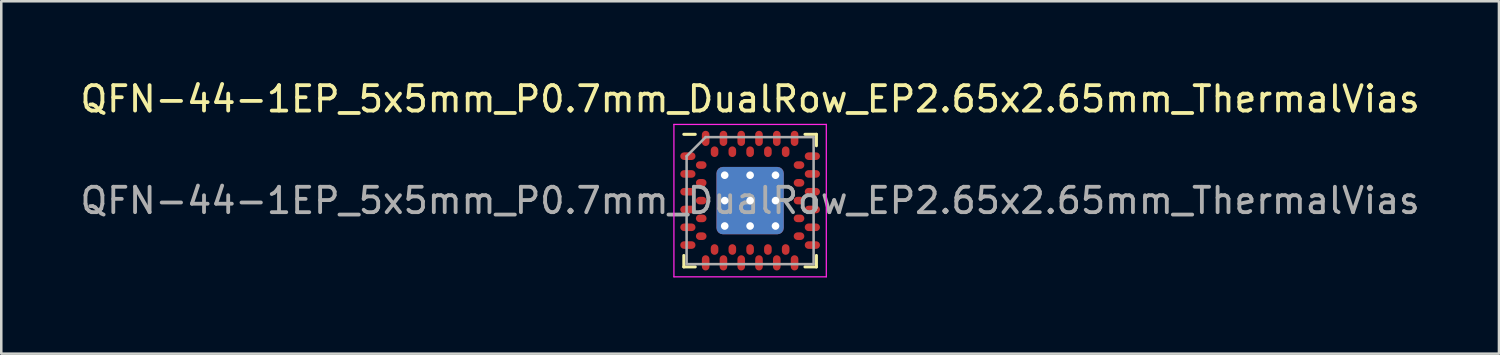
<source format=kicad_pcb>
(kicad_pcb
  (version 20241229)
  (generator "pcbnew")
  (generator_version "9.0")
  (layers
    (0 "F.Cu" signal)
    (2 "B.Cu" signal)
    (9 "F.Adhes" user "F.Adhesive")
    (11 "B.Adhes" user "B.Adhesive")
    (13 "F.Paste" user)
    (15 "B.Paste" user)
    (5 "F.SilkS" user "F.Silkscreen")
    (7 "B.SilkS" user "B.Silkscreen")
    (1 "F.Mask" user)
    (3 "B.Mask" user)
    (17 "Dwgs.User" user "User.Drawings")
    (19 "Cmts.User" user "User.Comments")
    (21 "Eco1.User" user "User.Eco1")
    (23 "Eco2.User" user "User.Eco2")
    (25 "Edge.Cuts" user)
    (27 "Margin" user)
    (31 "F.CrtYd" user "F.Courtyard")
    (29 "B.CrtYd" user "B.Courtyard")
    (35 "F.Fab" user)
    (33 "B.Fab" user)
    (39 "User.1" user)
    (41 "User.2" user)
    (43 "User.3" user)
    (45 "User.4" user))
  (footprint "QFN-44-1EP_5x5mm_P0.7mm_DualRow_EP2.65x2.65mm_ThermalVias"
    (layer "F.Cu")
    (at 26.482 4.848)
    (property "Reference" "QFN-44-1EP_5x5mm_P0.7mm_DualRow_EP2.65x2.65mm_ThermalVias" (at 0 -4 0) (layer "F.SilkS") (effects (font (size 1 1) (thickness 0.15))))
    (attr smd)
    (fp_line (start -2.61 2.61) (end -2.61 2.16) (stroke (width 0.12) (type solid)) (layer "F.SilkS"))
    (fp_line (start -2.16 -2.61) (end -2.61 -2.61) (stroke (width 0.12) (type solid)) (layer "F.SilkS"))
    (fp_line (start -2.16 2.61) (end -2.61 2.61) (stroke (width 0.12) (type solid)) (layer "F.SilkS"))
    (fp_line (start 2.16 -2.61) (end 2.61 -2.61) (stroke (width 0.12) (type solid)) (layer "F.SilkS"))
    (fp_line (start 2.61 -2.61) (end 2.61 -2.16) (stroke (width 0.12) (type solid)) (layer "F.SilkS"))
    (fp_line (start 2.61 2.16) (end 2.61 2.61) (stroke (width 0.12) (type solid)) (layer "F.SilkS"))
    (fp_line (start 2.61 2.61) (end 2.16 2.61) (stroke (width 0.12) (type solid)) (layer "F.SilkS"))
    (fp_line (start -3 -3) (end 3 -3) (stroke (width 0.05) (type solid)) (layer "F.CrtYd"))
    (fp_line (start -3 3) (end -3 -3) (stroke (width 0.05) (type solid)) (layer "F.CrtYd"))
    (fp_line (start 3 -3) (end 3 3) (stroke (width 0.05) (type solid)) (layer "F.CrtYd"))
    (fp_line (start 3 3) (end -3 3) (stroke (width 0.05) (type solid)) (layer "F.CrtYd"))
    (fp_line (start -2.5 -1.75) (end -1.75 -2.5) (stroke (width 0.1) (type solid)) (layer "F.Fab"))
    (fp_line (start -2.5 2.5) (end -2.5 -1.75) (stroke (width 0.1) (type solid)) (layer "F.Fab"))
    (fp_line (start -1.75 -2.5) (end 2.5 -2.5) (stroke (width 0.1) (type solid)) (layer "F.Fab"))
    (fp_line (start 2.5 -2.5) (end 2.5 2.5) (stroke (width 0.1) (type solid)) (layer "F.Fab"))
    (fp_line (start 2.5 2.5) (end -2.5 2.5) (stroke (width 0.1) (type solid)) (layer "F.Fab"))
    (fp_text user "${REFERENCE}" (at 0 0 0) (layer "F.Fab") (effects (font (size 1 1) (thickness 0.15))))
    (pad "" smd roundrect (at -0.5 -0.5) (size 0.85 0.85) (layers "F.Paste") (roundrect_rratio 0.25))
    (pad "" smd roundrect (at -0.5 0.5) (size 0.85 0.85) (layers "F.Paste") (roundrect_rratio 0.25))
    (pad "" smd roundrect (at 0.5 -0.5) (size 0.85 0.85) (layers "F.Paste") (roundrect_rratio 0.25))
    (pad "" smd roundrect (at 0.5 0.5) (size 0.85 0.85) (layers "F.Paste") (roundrect_rratio 0.25))
    (pad "A1" smd roundrect (at -2.45 -1.75) (size 0.6 0.3) (layers "F.Cu" "F.Mask" "F.Paste") (roundrect_rratio 0.5))
    (pad "A2" smd roundrect (at -2.45 -1.05) (size 0.6 0.3) (layers "F.Cu" "F.Mask" "F.Paste") (roundrect_rratio 0.5))
    (pad "A3" smd roundrect (at -2.45 -0.35) (size 0.6 0.3) (layers "F.Cu" "F.Mask" "F.Paste") (roundrect_rratio 0.5))
    (pad "A4" smd roundrect (at -2.45 0.35) (size 0.6 0.3) (layers "F.Cu" "F.Mask" "F.Paste") (roundrect_rratio 0.5))
    (pad "A5" smd roundrect (at -2.45 1.05) (size 0.6 0.3) (layers "F.Cu" "F.Mask" "F.Paste") (roundrect_rratio 0.5))
    (pad "A6" smd roundrect (at -2.45 1.75) (size 0.6 0.3) (layers "F.Cu" "F.Mask" "F.Paste") (roundrect_rratio 0.5))
    (pad "A7" smd roundrect (at -1.75 2.45) (size 0.3 0.6) (layers "F.Cu" "F.Mask" "F.Paste") (roundrect_rratio 0.5))
    (pad "A8" smd roundrect (at -1.05 2.45) (size 0.3 0.6) (layers "F.Cu" "F.Mask" "F.Paste") (roundrect_rratio 0.5))
    (pad "A9" smd roundrect (at -0.35 2.45) (size 0.3 0.6) (layers "F.Cu" "F.Mask" "F.Paste") (roundrect_rratio 0.5))
    (pad "A10" smd roundrect (at 0.35 2.45) (size 0.3 0.6) (layers "F.Cu" "F.Mask" "F.Paste") (roundrect_rratio 0.5))
    (pad "A11" smd roundrect (at 1.05 2.45) (size 0.3 0.6) (layers "F.Cu" "F.Mask" "F.Paste") (roundrect_rratio 0.5))
    (pad "A12" smd roundrect (at 1.75 2.45) (size 0.3 0.6) (layers "F.Cu" "F.Mask" "F.Paste") (roundrect_rratio 0.5))
    (pad "A13" smd roundrect (at 2.45 1.75) (size 0.6 0.3) (layers "F.Cu" "F.Mask" "F.Paste") (roundrect_rratio 0.5))
    (pad "A14" smd roundrect (at 2.45 1.05) (size 0.6 0.3) (layers "F.Cu" "F.Mask" "F.Paste") (roundrect_rratio 0.5))
    (pad "A15" smd roundrect (at 2.45 0.35) (size 0.6 0.3) (layers "F.Cu" "F.Mask" "F.Paste") (roundrect_rratio 0.5))
    (pad "A16" smd roundrect (at 2.45 -0.35) (size 0.6 0.3) (layers "F.Cu" "F.Mask" "F.Paste") (roundrect_rratio 0.5))
    (pad "A17" smd roundrect (at 2.45 -1.05) (size 0.6 0.3) (layers "F.Cu" "F.Mask" "F.Paste") (roundrect_rratio 0.5))
    (pad "A18" smd roundrect (at 2.45 -1.75) (size 0.6 0.3) (layers "F.Cu" "F.Mask" "F.Paste") (roundrect_rratio 0.5))
    (pad "A19" smd roundrect (at 1.75 -2.45) (size 0.3 0.6) (layers "F.Cu" "F.Mask" "F.Paste") (roundrect_rratio 0.5))
    (pad "A20" smd roundrect (at 1.05 -2.45) (size 0.3 0.6) (layers "F.Cu" "F.Mask" "F.Paste") (roundrect_rratio 0.5))
    (pad "A21" smd roundrect (at 0.35 -2.45) (size 0.3 0.6) (layers "F.Cu" "F.Mask" "F.Paste") (roundrect_rratio 0.5))
    (pad "A22" smd roundrect (at -0.35 -2.45) (size 0.3 0.6) (layers "F.Cu" "F.Mask" "F.Paste") (roundrect_rratio 0.5))
    (pad "A23" smd roundrect (at -1.05 -2.45) (size 0.3 0.6) (layers "F.Cu" "F.Mask" "F.Paste") (roundrect_rratio 0.5))
    (pad "A24" smd roundrect (at -1.75 -2.45) (size 0.3 0.6) (layers "F.Cu" "F.Mask" "F.Paste") (roundrect_rratio 0.5))
    (pad "B1" smd roundrect (at -1.925 -1.4) (size 0.42 0.3) (layers "F.Cu" "F.Mask" "F.Paste") (roundrect_rratio 0.5))
    (pad "B2" smd roundrect (at -1.925 -0.7) (size 0.42 0.3) (layers "F.Cu" "F.Mask" "F.Paste") (roundrect_rratio 0.5))
    (pad "B3" smd roundrect (at -1.925 0) (size 0.42 0.3) (layers "F.Cu" "F.Mask" "F.Paste") (roundrect_rratio 0.5))
    (pad "B4" smd roundrect (at -1.925 0.7) (size 0.42 0.3) (layers "F.Cu" "F.Mask" "F.Paste") (roundrect_rratio 0.5))
    (pad "B5" smd roundrect (at -1.925 1.4) (size 0.42 0.3) (layers "F.Cu" "F.Mask" "F.Paste") (roundrect_rratio 0.5))
    (pad "B6" smd roundrect (at -1.4 1.925) (size 0.3 0.42) (layers "F.Cu" "F.Mask" "F.Paste") (roundrect_rratio 0.5))
    (pad "B7" smd roundrect (at -0.7 1.925) (size 0.3 0.42) (layers "F.Cu" "F.Mask" "F.Paste") (roundrect_rratio 0.5))
    (pad "B8" smd roundrect (at 0 1.925) (size 0.3 0.42) (layers "F.Cu" "F.Mask" "F.Paste") (roundrect_rratio 0.5))
    (pad "B9" smd roundrect (at 0.7 1.925) (size 0.3 0.42) (layers "F.Cu" "F.Mask" "F.Paste") (roundrect_rratio 0.5))
    (pad "B10" smd roundrect (at 1.4 1.925) (size 0.3 0.42) (layers "F.Cu" "F.Mask" "F.Paste") (roundrect_rratio 0.5))
    (pad "B11" smd roundrect (at 1.925 1.4) (size 0.42 0.3) (layers "F.Cu" "F.Mask" "F.Paste") (roundrect_rratio 0.5))
    (pad "B12" smd roundrect (at 1.925 0.7) (size 0.42 0.3) (layers "F.Cu" "F.Mask" "F.Paste") (roundrect_rratio 0.5))
    (pad "B13" smd roundrect (at 1.925 0) (size 0.42 0.3) (layers "F.Cu" "F.Mask" "F.Paste") (roundrect_rratio 0.5))
    (pad "B14" smd roundrect (at 1.925 -0.7) (size 0.42 0.3) (layers "F.Cu" "F.Mask" "F.Paste") (roundrect_rratio 0.5))
    (pad "B15" smd roundrect (at 1.925 -1.4) (size 0.42 0.3) (layers "F.Cu" "F.Mask" "F.Paste") (roundrect_rratio 0.5))
    (pad "B16" smd roundrect (at 1.4 -1.925) (size 0.3 0.42) (layers "F.Cu" "F.Mask" "F.Paste") (roundrect_rratio 0.5))
    (pad "B17" smd roundrect (at 0.7 -1.925) (size 0.3 0.42) (layers "F.Cu" "F.Mask" "F.Paste") (roundrect_rratio 0.5))
    (pad "B18" smd roundrect (at 0 -1.925) (size 0.3 0.42) (layers "F.Cu" "F.Mask" "F.Paste") (roundrect_rratio 0.5))
    (pad "B19" smd roundrect (at -0.7 -1.925) (size 0.3 0.42) (layers "F.Cu" "F.Mask" "F.Paste") (roundrect_rratio 0.5))
    (pad "B20" smd roundrect (at -1.4 -1.925) (size 0.3 0.42) (layers "F.Cu" "F.Mask" "F.Paste") (roundrect_rratio 0.5))
    (pad "EP" thru_hole circle (at -1 -1) (size 0.6 0.6) (drill 0.3) (layers "*.Cu"))
    (pad "EP" thru_hole circle (at -1 0) (size 0.6 0.6) (drill 0.3) (layers "*.Cu"))
    (pad "EP" thru_hole circle (at -1 1) (size 0.6 0.6) (drill 0.3) (layers "*.Cu"))
    (pad "EP" thru_hole circle (at 0 -1) (size 0.6 0.6) (drill 0.3) (layers "*.Cu"))
    (pad "EP" thru_hole circle (at 0 0) (size 0.6 0.6) (drill 0.3) (layers "*.Cu"))
    (pad "EP" smd roundrect (at 0 0) (size 2.65 2.65) (layers "F.Cu" "F.Mask") (roundrect_rratio 0.094))
    (pad "EP" smd roundrect (at 0 0) (size 2.65 2.65) (layers "B.Cu") (roundrect_rratio 0.094))
    (pad "EP" thru_hole circle (at 0 1) (size 0.6 0.6) (drill 0.3) (layers "*.Cu"))
    (pad "EP" thru_hole circle (at 1 -1) (size 0.6 0.6) (drill 0.3) (layers "*.Cu"))
    (pad "EP" thru_hole circle (at 1 0) (size 0.6 0.6) (drill 0.3) (layers "*.Cu"))
    (pad "EP" thru_hole circle (at 1 1) (size 0.6 0.6) (drill 0.3) (layers "*.Cu")))
  (gr_rect
    (start -3 -3)
    (end 55.964 10.873)
    (stroke (width 0.1) (type default))
    (fill no)
    (layer "Edge.Cuts")))
</source>
